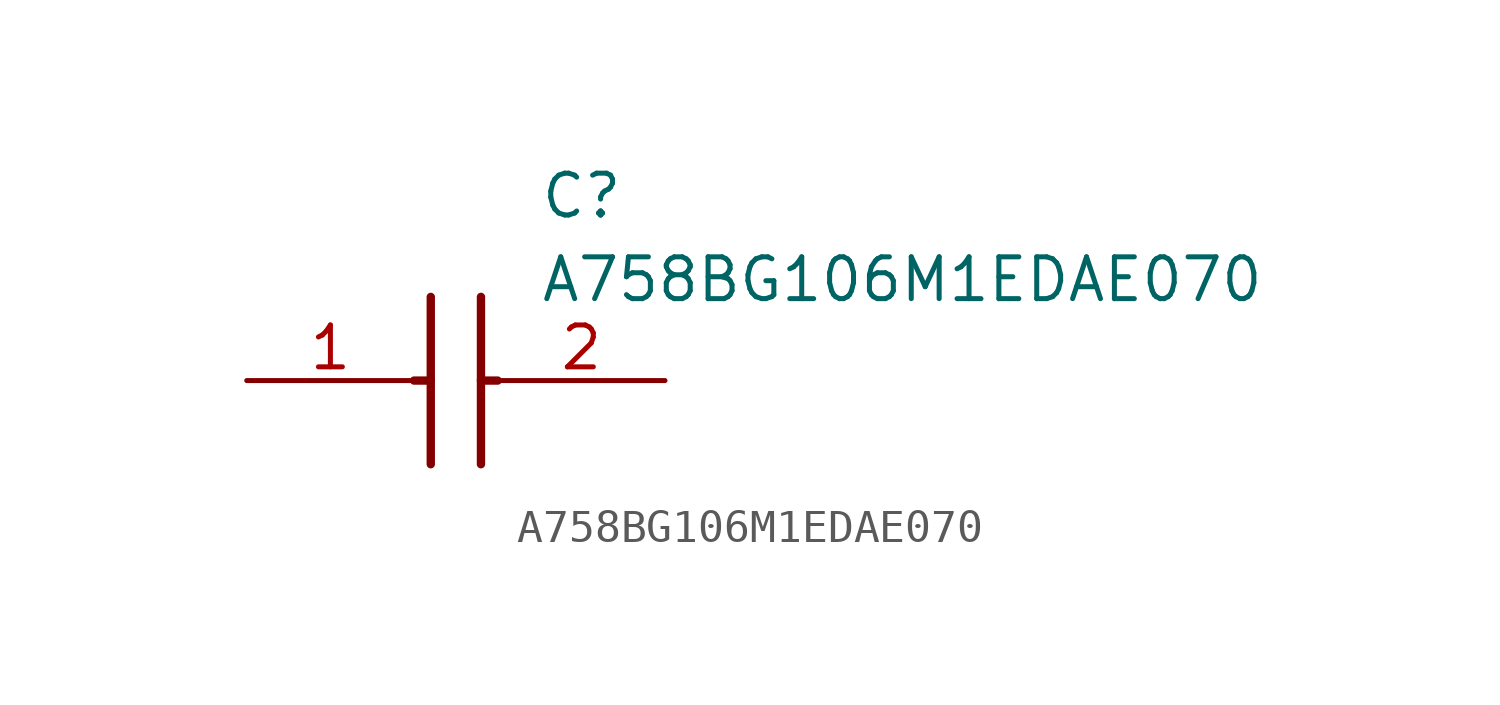
<source format=kicad_sym>
(kicad_symbol_lib
  (version 20211014)
  (generator SamacSys_ECAD_Model)
  (symbol "A758BG106M1EDAE070"
    (pin_names hide)
    (property "Reference" "C"
      (at 8.89 6.35 0)
      (effects (font (size 1.27 1.27)) (justify left top)))
    (property "Value" "A758BG106M1EDAE070"
      (at 8.89 3.81 0)
      (effects (font (size 1.27 1.27)) (justify left top)))
    (polyline
      (pts (xy 5.588 2.54) (xy 5.588 -2.54))
      (stroke (width 0.254) (type default))
      (fill (type none)))
    (polyline
      (pts (xy 7.112 2.54) (xy 7.112 -2.54))
      (stroke (width 0.254) (type default))
      (fill (type none)))
    (polyline
      (pts (xy 5.08 0) (xy 5.588 0))
      (stroke (width 0.254) (type default))
      (fill (type none)))
    (polyline
      (pts (xy 7.112 0) (xy 7.62 0))
      (stroke (width 0.254) (type default))
      (fill (type none)))
    (pin passive line
      (at 0 0 0)
      (length 5.08)
      (name "1" (effects (font (size 1.27 1.27))))
      (number "1" (effects (font (size 1.27 1.27)))))
    (pin passive line
      (at 12.7 0 180)
      (length 5.08)
      (name "2" (effects (font (size 1.27 1.27))))
      (number "2" (effects (font (size 1.27 1.27)))))))
</source>
